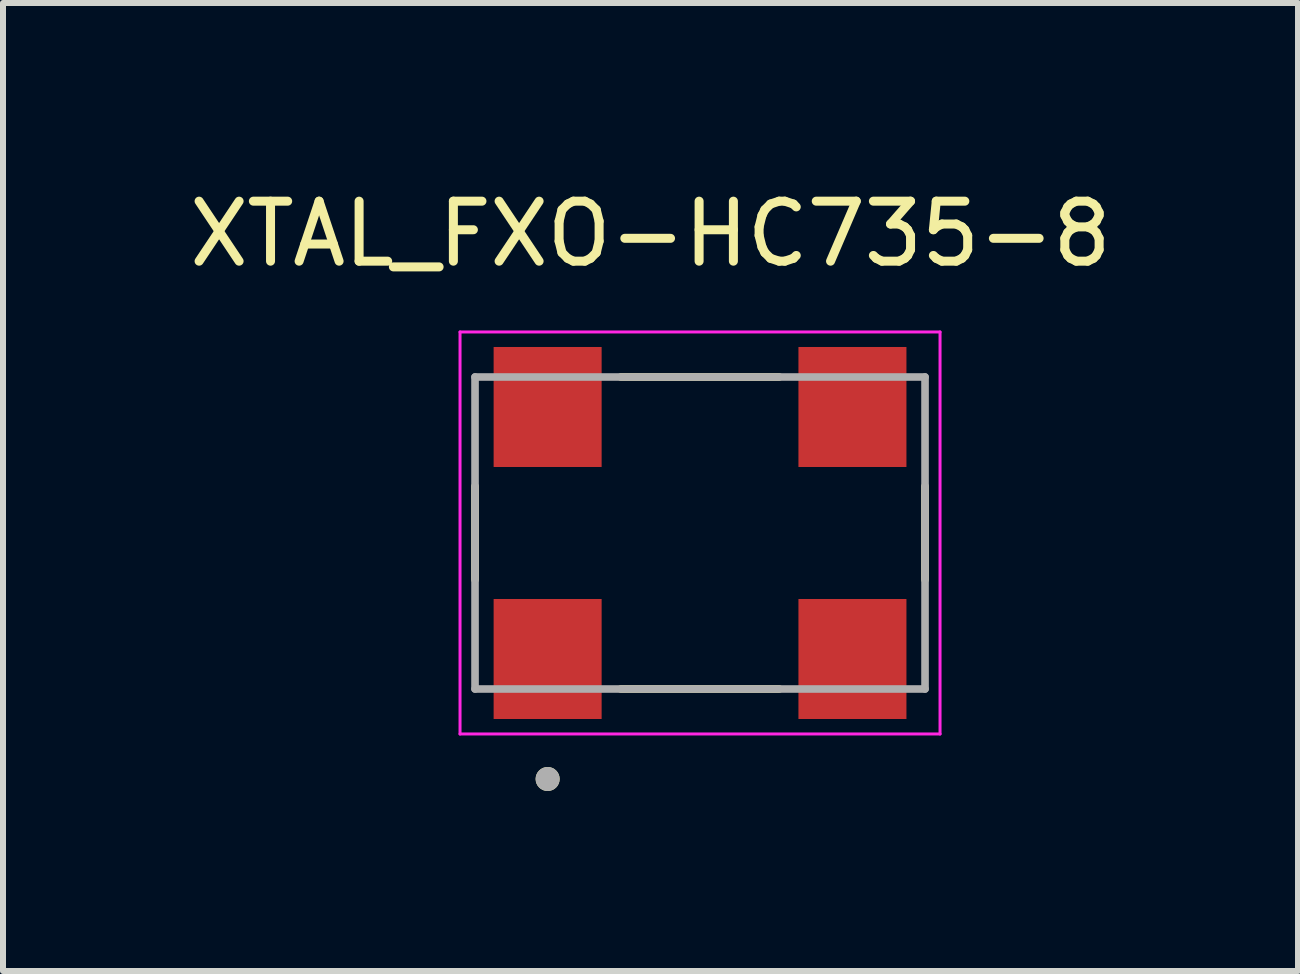
<source format=kicad_pcb>
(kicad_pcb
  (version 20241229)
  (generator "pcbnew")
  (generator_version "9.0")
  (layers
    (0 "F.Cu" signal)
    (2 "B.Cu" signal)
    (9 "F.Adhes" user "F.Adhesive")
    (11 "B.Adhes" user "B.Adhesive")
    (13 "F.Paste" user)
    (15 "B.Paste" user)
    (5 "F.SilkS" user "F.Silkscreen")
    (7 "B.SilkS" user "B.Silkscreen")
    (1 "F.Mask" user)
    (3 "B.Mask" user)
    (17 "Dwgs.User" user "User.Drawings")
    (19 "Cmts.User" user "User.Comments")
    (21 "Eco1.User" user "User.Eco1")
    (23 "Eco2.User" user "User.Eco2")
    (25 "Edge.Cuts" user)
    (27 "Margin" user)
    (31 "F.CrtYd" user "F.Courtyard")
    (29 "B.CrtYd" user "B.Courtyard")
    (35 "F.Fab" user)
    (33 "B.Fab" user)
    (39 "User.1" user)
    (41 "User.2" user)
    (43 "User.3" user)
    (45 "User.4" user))
  (footprint "XTAL_FXO-HC735-8"
    (layer "F.Cu")
    (at 8.617 5.833)
    (property "Reference" "XTAL_FXO-HC735-8" (at -0.825 -4.985 0) (layer "F.SilkS") (effects (font (size 1 1) (thickness 0.15))))
    (attr smd)
    (fp_line (start -3.75 -0.78) (end -3.75 0.78) (stroke (width 0.127) (type solid)) (layer "F.SilkS"))
    (fp_line (start -1.32 -2.6) (end 1.32 -2.6) (stroke (width 0.127) (type solid)) (layer "F.SilkS"))
    (fp_line (start -1.32 2.6) (end 1.32 2.6) (stroke (width 0.127) (type solid)) (layer "F.SilkS"))
    (fp_line (start 3.75 -0.78) (end 3.75 0.78) (stroke (width 0.127) (type solid)) (layer "F.SilkS"))
    (fp_circle (center -2.54 4.1) (end -2.44 4.1) (stroke (width 0.2) (type solid)) (fill no) (layer "F.SilkS"))
    (fp_line (start -4 -3.35) (end -4 3.35) (stroke (width 0.05) (type solid)) (layer "F.CrtYd"))
    (fp_line (start -4 3.35) (end 4 3.35) (stroke (width 0.05) (type solid)) (layer "F.CrtYd"))
    (fp_line (start 4 -3.35) (end -4 -3.35) (stroke (width 0.05) (type solid)) (layer "F.CrtYd"))
    (fp_line (start 4 3.35) (end 4 -3.35) (stroke (width 0.05) (type solid)) (layer "F.CrtYd"))
    (fp_line (start -3.75 -2.6) (end 3.75 -2.6) (stroke (width 0.127) (type solid)) (layer "F.Fab"))
    (fp_line (start -3.75 2.6) (end -3.75 -2.6) (stroke (width 0.127) (type solid)) (layer "F.Fab"))
    (fp_line (start 3.75 -2.6) (end 3.75 2.6) (stroke (width 0.127) (type solid)) (layer "F.Fab"))
    (fp_line (start 3.75 2.6) (end -3.75 2.6) (stroke (width 0.127) (type solid)) (layer "F.Fab"))
    (fp_circle (center -2.54 4.1) (end -2.44 4.1) (stroke (width 0.2) (type solid)) (fill no) (layer "F.Fab"))
    (pad "1" smd rect (at -2.54 2.1) (size 1.8 2) (layers "F.Cu" "F.Mask" "F.Paste"))
    (pad "2" smd rect (at 2.54 2.1) (size 1.8 2) (layers "F.Cu" "F.Mask" "F.Paste"))
    (pad "3" smd rect (at 2.54 -2.1) (size 1.8 2) (layers "F.Cu" "F.Mask" "F.Paste"))
    (pad "4" smd rect (at -2.54 -2.1) (size 1.8 2) (layers "F.Cu" "F.Mask" "F.Paste")))
  (gr_rect
    (start -3 -3)
    (end 18.583 13.133)
    (stroke (width 0.1) (type default))
    (fill no)
    (layer "Edge.Cuts")))
</source>
